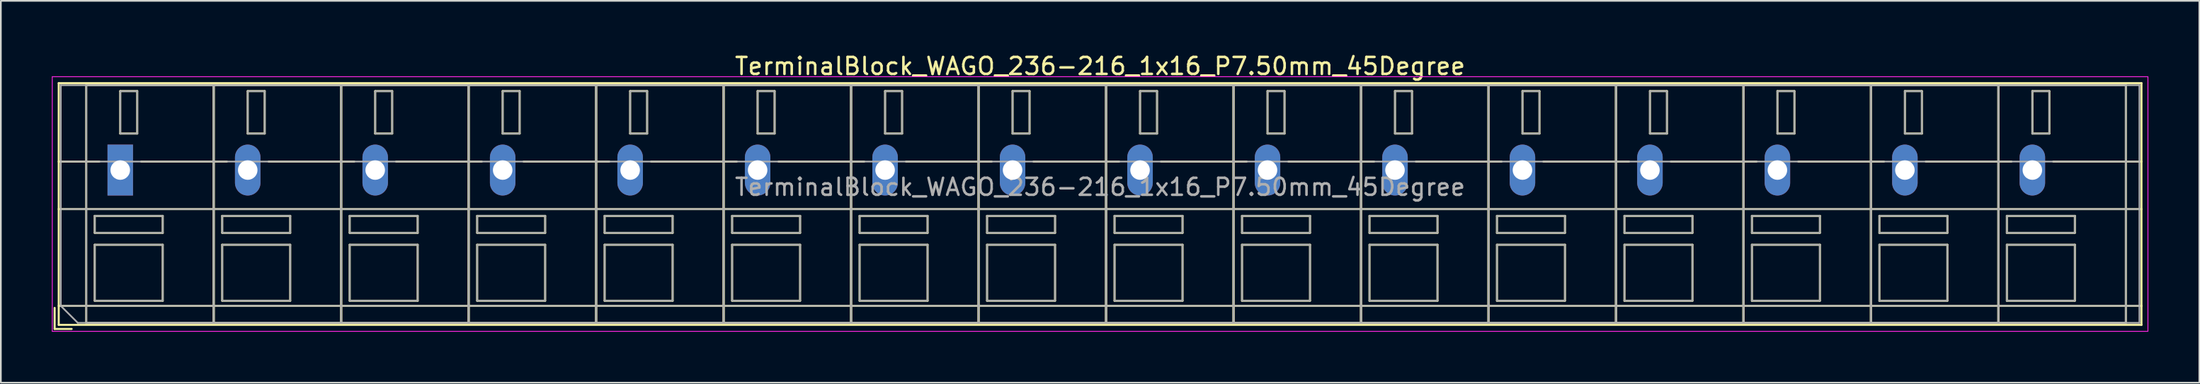
<source format=kicad_pcb>
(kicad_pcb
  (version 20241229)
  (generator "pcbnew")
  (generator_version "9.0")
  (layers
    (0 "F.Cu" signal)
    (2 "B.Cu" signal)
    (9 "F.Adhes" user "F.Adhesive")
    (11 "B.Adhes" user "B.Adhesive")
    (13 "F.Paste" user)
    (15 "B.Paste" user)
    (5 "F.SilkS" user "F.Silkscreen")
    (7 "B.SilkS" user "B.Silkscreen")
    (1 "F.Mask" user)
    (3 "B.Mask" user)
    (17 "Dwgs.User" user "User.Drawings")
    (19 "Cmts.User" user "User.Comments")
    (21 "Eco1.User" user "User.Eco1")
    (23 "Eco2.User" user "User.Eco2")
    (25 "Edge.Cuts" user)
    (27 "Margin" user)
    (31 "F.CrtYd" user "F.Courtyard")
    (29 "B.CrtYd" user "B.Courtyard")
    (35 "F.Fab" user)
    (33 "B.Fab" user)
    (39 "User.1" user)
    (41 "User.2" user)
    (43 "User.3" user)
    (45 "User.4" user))
  (footprint "TerminalBlock_WAGO_236-216_1x16_P7.50mm_45Degree"
    (layer "F.Cu")
    (at 4.025 6.968)
    (property "Reference" "TerminalBlock_WAGO_236-216_1x16_P7.50mm_45Degree" (at 57.65 -6.12 0) (layer "F.SilkS") (effects (font (size 1 1) (thickness 0.15))))
    (attr through_hole)
    (fp_line (start -3.86 8.12) (end -3.86 9.36) (stroke (width 0.12) (type solid)) (layer "F.SilkS"))
    (fp_line (start -3.86 9.36) (end -2.86 9.36) (stroke (width 0.12) (type solid)) (layer "F.SilkS"))
    (fp_line (start -3.62 -5.12) (end -3.62 9.12) (stroke (width 0.12) (type solid)) (layer "F.SilkS"))
    (fp_line (start -3.62 -5.12) (end 118.92 -5.12) (stroke (width 0.12) (type solid)) (layer "F.SilkS"))
    (fp_line (start -3.62 -0.5) (end -1.23 -0.5) (stroke (width 0.12) (type solid)) (layer "F.SilkS"))
    (fp_line (start -3.62 2.3) (end 118.92 2.3) (stroke (width 0.12) (type solid)) (layer "F.SilkS"))
    (fp_line (start -3.62 8) (end 118.92 8) (stroke (width 0.12) (type solid)) (layer "F.SilkS"))
    (fp_line (start -3.62 9.12) (end 118.92 9.12) (stroke (width 0.12) (type solid)) (layer "F.SilkS"))
    (fp_line (start -2 -5) (end -2 9) (stroke (width 0.12) (type solid)) (layer "F.SilkS"))
    (fp_line (start -2 -5) (end 5.5 -5) (stroke (width 0.12) (type solid)) (layer "F.SilkS"))
    (fp_line (start -2 9) (end 5.5 9) (stroke (width 0.12) (type solid)) (layer "F.SilkS"))
    (fp_line (start -1.5 2.7) (end -1.5 3.7) (stroke (width 0.12) (type solid)) (layer "F.SilkS"))
    (fp_line (start -1.5 2.7) (end 2.5 2.7) (stroke (width 0.12) (type solid)) (layer "F.SilkS"))
    (fp_line (start -1.5 3.7) (end 2.5 3.7) (stroke (width 0.12) (type solid)) (layer "F.SilkS"))
    (fp_line (start -1.5 4.4) (end -1.5 7.7) (stroke (width 0.12) (type solid)) (layer "F.SilkS"))
    (fp_line (start -1.5 4.4) (end 2.5 4.4) (stroke (width 0.12) (type solid)) (layer "F.SilkS"))
    (fp_line (start -1.5 7.7) (end 2.5 7.7) (stroke (width 0.12) (type solid)) (layer "F.SilkS"))
    (fp_line (start 0 -4.65) (end 0 -2.151) (stroke (width 0.12) (type solid)) (layer "F.SilkS"))
    (fp_line (start 0 -4.65) (end 1 -4.65) (stroke (width 0.12) (type solid)) (layer "F.SilkS"))
    (fp_line (start 0 -2.151) (end 1 -2.151) (stroke (width 0.12) (type solid)) (layer "F.SilkS"))
    (fp_line (start 1 -4.65) (end 1 -2.151) (stroke (width 0.12) (type solid)) (layer "F.SilkS"))
    (fp_line (start 1.23 -0.5) (end 6.27 -0.5) (stroke (width 0.12) (type solid)) (layer "F.SilkS"))
    (fp_line (start 2.5 2.7) (end 2.5 3.7) (stroke (width 0.12) (type solid)) (layer "F.SilkS"))
    (fp_line (start 2.5 4.4) (end 2.5 7.7) (stroke (width 0.12) (type solid)) (layer "F.SilkS"))
    (fp_line (start 5.5 -5) (end 5.5 9) (stroke (width 0.12) (type solid)) (layer "F.SilkS"))
    (fp_line (start 5.5 -5) (end 5.5 9) (stroke (width 0.12) (type solid)) (layer "F.SilkS"))
    (fp_line (start 5.5 -5) (end 13 -5) (stroke (width 0.12) (type solid)) (layer "F.SilkS"))
    (fp_line (start 5.5 9) (end 13 9) (stroke (width 0.12) (type solid)) (layer "F.SilkS"))
    (fp_line (start 6 2.7) (end 6 3.7) (stroke (width 0.12) (type solid)) (layer "F.SilkS"))
    (fp_line (start 6 2.7) (end 10 2.7) (stroke (width 0.12) (type solid)) (layer "F.SilkS"))
    (fp_line (start 6 3.7) (end 10 3.7) (stroke (width 0.12) (type solid)) (layer "F.SilkS"))
    (fp_line (start 6 4.4) (end 6 7.7) (stroke (width 0.12) (type solid)) (layer "F.SilkS"))
    (fp_line (start 6 4.4) (end 10 4.4) (stroke (width 0.12) (type solid)) (layer "F.SilkS"))
    (fp_line (start 6 7.7) (end 10 7.7) (stroke (width 0.12) (type solid)) (layer "F.SilkS"))
    (fp_line (start 7.5 -4.65) (end 7.5 -2.151) (stroke (width 0.12) (type solid)) (layer "F.SilkS"))
    (fp_line (start 7.5 -4.65) (end 8.5 -4.65) (stroke (width 0.12) (type solid)) (layer "F.SilkS"))
    (fp_line (start 7.5 -2.151) (end 8.5 -2.151) (stroke (width 0.12) (type solid)) (layer "F.SilkS"))
    (fp_line (start 8.5 -4.65) (end 8.5 -2.151) (stroke (width 0.12) (type solid)) (layer "F.SilkS"))
    (fp_line (start 8.73 -0.5) (end 13.77 -0.5) (stroke (width 0.12) (type solid)) (layer "F.SilkS"))
    (fp_line (start 10 2.7) (end 10 3.7) (stroke (width 0.12) (type solid)) (layer "F.SilkS"))
    (fp_line (start 10 4.4) (end 10 7.7) (stroke (width 0.12) (type solid)) (layer "F.SilkS"))
    (fp_line (start 13 -5) (end 13 9) (stroke (width 0.12) (type solid)) (layer "F.SilkS"))
    (fp_line (start 13 -5) (end 13 9) (stroke (width 0.12) (type solid)) (layer "F.SilkS"))
    (fp_line (start 13 -5) (end 20.5 -5) (stroke (width 0.12) (type solid)) (layer "F.SilkS"))
    (fp_line (start 13 9) (end 20.5 9) (stroke (width 0.12) (type solid)) (layer "F.SilkS"))
    (fp_line (start 13.5 2.7) (end 13.5 3.7) (stroke (width 0.12) (type solid)) (layer "F.SilkS"))
    (fp_line (start 13.5 2.7) (end 17.5 2.7) (stroke (width 0.12) (type solid)) (layer "F.SilkS"))
    (fp_line (start 13.5 3.7) (end 17.5 3.7) (stroke (width 0.12) (type solid)) (layer "F.SilkS"))
    (fp_line (start 13.5 4.4) (end 13.5 7.7) (stroke (width 0.12) (type solid)) (layer "F.SilkS"))
    (fp_line (start 13.5 4.4) (end 17.5 4.4) (stroke (width 0.12) (type solid)) (layer "F.SilkS"))
    (fp_line (start 13.5 7.7) (end 17.5 7.7) (stroke (width 0.12) (type solid)) (layer "F.SilkS"))
    (fp_line (start 15 -4.65) (end 15 -2.151) (stroke (width 0.12) (type solid)) (layer "F.SilkS"))
    (fp_line (start 15 -4.65) (end 16 -4.65) (stroke (width 0.12) (type solid)) (layer "F.SilkS"))
    (fp_line (start 15 -2.151) (end 16 -2.151) (stroke (width 0.12) (type solid)) (layer "F.SilkS"))
    (fp_line (start 16 -4.65) (end 16 -2.151) (stroke (width 0.12) (type solid)) (layer "F.SilkS"))
    (fp_line (start 16.23 -0.5) (end 21.27 -0.5) (stroke (width 0.12) (type solid)) (layer "F.SilkS"))
    (fp_line (start 17.5 2.7) (end 17.5 3.7) (stroke (width 0.12) (type solid)) (layer "F.SilkS"))
    (fp_line (start 17.5 4.4) (end 17.5 7.7) (stroke (width 0.12) (type solid)) (layer "F.SilkS"))
    (fp_line (start 20.5 -5) (end 20.5 9) (stroke (width 0.12) (type solid)) (layer "F.SilkS"))
    (fp_line (start 20.5 -5) (end 20.5 9) (stroke (width 0.12) (type solid)) (layer "F.SilkS"))
    (fp_line (start 20.5 -5) (end 28 -5) (stroke (width 0.12) (type solid)) (layer "F.SilkS"))
    (fp_line (start 20.5 9) (end 28 9) (stroke (width 0.12) (type solid)) (layer "F.SilkS"))
    (fp_line (start 21 2.7) (end 21 3.7) (stroke (width 0.12) (type solid)) (layer "F.SilkS"))
    (fp_line (start 21 2.7) (end 25 2.7) (stroke (width 0.12) (type solid)) (layer "F.SilkS"))
    (fp_line (start 21 3.7) (end 25 3.7) (stroke (width 0.12) (type solid)) (layer "F.SilkS"))
    (fp_line (start 21 4.4) (end 21 7.7) (stroke (width 0.12) (type solid)) (layer "F.SilkS"))
    (fp_line (start 21 4.4) (end 25 4.4) (stroke (width 0.12) (type solid)) (layer "F.SilkS"))
    (fp_line (start 21 7.7) (end 25 7.7) (stroke (width 0.12) (type solid)) (layer "F.SilkS"))
    (fp_line (start 22.5 -4.65) (end 22.5 -2.151) (stroke (width 0.12) (type solid)) (layer "F.SilkS"))
    (fp_line (start 22.5 -4.65) (end 23.5 -4.65) (stroke (width 0.12) (type solid)) (layer "F.SilkS"))
    (fp_line (start 22.5 -2.151) (end 23.5 -2.151) (stroke (width 0.12) (type solid)) (layer "F.SilkS"))
    (fp_line (start 23.5 -4.65) (end 23.5 -2.151) (stroke (width 0.12) (type solid)) (layer "F.SilkS"))
    (fp_line (start 23.73 -0.5) (end 28.77 -0.5) (stroke (width 0.12) (type solid)) (layer "F.SilkS"))
    (fp_line (start 25 2.7) (end 25 3.7) (stroke (width 0.12) (type solid)) (layer "F.SilkS"))
    (fp_line (start 25 4.4) (end 25 7.7) (stroke (width 0.12) (type solid)) (layer "F.SilkS"))
    (fp_line (start 28 -5) (end 28 9) (stroke (width 0.12) (type solid)) (layer "F.SilkS"))
    (fp_line (start 28 -5) (end 28 9) (stroke (width 0.12) (type solid)) (layer "F.SilkS"))
    (fp_line (start 28 -5) (end 35.5 -5) (stroke (width 0.12) (type solid)) (layer "F.SilkS"))
    (fp_line (start 28 9) (end 35.5 9) (stroke (width 0.12) (type solid)) (layer "F.SilkS"))
    (fp_line (start 28.5 2.7) (end 28.5 3.7) (stroke (width 0.12) (type solid)) (layer "F.SilkS"))
    (fp_line (start 28.5 2.7) (end 32.5 2.7) (stroke (width 0.12) (type solid)) (layer "F.SilkS"))
    (fp_line (start 28.5 3.7) (end 32.5 3.7) (stroke (width 0.12) (type solid)) (layer "F.SilkS"))
    (fp_line (start 28.5 4.4) (end 28.5 7.7) (stroke (width 0.12) (type solid)) (layer "F.SilkS"))
    (fp_line (start 28.5 4.4) (end 32.5 4.4) (stroke (width 0.12) (type solid)) (layer "F.SilkS"))
    (fp_line (start 28.5 7.7) (end 32.5 7.7) (stroke (width 0.12) (type solid)) (layer "F.SilkS"))
    (fp_line (start 30 -4.65) (end 30 -2.151) (stroke (width 0.12) (type solid)) (layer "F.SilkS"))
    (fp_line (start 30 -4.65) (end 31 -4.65) (stroke (width 0.12) (type solid)) (layer "F.SilkS"))
    (fp_line (start 30 -2.151) (end 31 -2.151) (stroke (width 0.12) (type solid)) (layer "F.SilkS"))
    (fp_line (start 31 -4.65) (end 31 -2.151) (stroke (width 0.12) (type solid)) (layer "F.SilkS"))
    (fp_line (start 31.23 -0.5) (end 36.27 -0.5) (stroke (width 0.12) (type solid)) (layer "F.SilkS"))
    (fp_line (start 32.5 2.7) (end 32.5 3.7) (stroke (width 0.12) (type solid)) (layer "F.SilkS"))
    (fp_line (start 32.5 4.4) (end 32.5 7.7) (stroke (width 0.12) (type solid)) (layer "F.SilkS"))
    (fp_line (start 35.5 -5) (end 35.5 9) (stroke (width 0.12) (type solid)) (layer "F.SilkS"))
    (fp_line (start 35.5 -5) (end 35.5 9) (stroke (width 0.12) (type solid)) (layer "F.SilkS"))
    (fp_line (start 35.5 -5) (end 43 -5) (stroke (width 0.12) (type solid)) (layer "F.SilkS"))
    (fp_line (start 35.5 9) (end 43 9) (stroke (width 0.12) (type solid)) (layer "F.SilkS"))
    (fp_line (start 36 2.7) (end 36 3.7) (stroke (width 0.12) (type solid)) (layer "F.SilkS"))
    (fp_line (start 36 2.7) (end 40 2.7) (stroke (width 0.12) (type solid)) (layer "F.SilkS"))
    (fp_line (start 36 3.7) (end 40 3.7) (stroke (width 0.12) (type solid)) (layer "F.SilkS"))
    (fp_line (start 36 4.4) (end 36 7.7) (stroke (width 0.12) (type solid)) (layer "F.SilkS"))
    (fp_line (start 36 4.4) (end 40 4.4) (stroke (width 0.12) (type solid)) (layer "F.SilkS"))
    (fp_line (start 36 7.7) (end 40 7.7) (stroke (width 0.12) (type solid)) (layer "F.SilkS"))
    (fp_line (start 37.5 -4.65) (end 37.5 -2.151) (stroke (width 0.12) (type solid)) (layer "F.SilkS"))
    (fp_line (start 37.5 -4.65) (end 38.5 -4.65) (stroke (width 0.12) (type solid)) (layer "F.SilkS"))
    (fp_line (start 37.5 -2.151) (end 38.5 -2.151) (stroke (width 0.12) (type solid)) (layer "F.SilkS"))
    (fp_line (start 38.5 -4.65) (end 38.5 -2.151) (stroke (width 0.12) (type solid)) (layer "F.SilkS"))
    (fp_line (start 38.73 -0.5) (end 43.77 -0.5) (stroke (width 0.12) (type solid)) (layer "F.SilkS"))
    (fp_line (start 40 2.7) (end 40 3.7) (stroke (width 0.12) (type solid)) (layer "F.SilkS"))
    (fp_line (start 40 4.4) (end 40 7.7) (stroke (width 0.12) (type solid)) (layer "F.SilkS"))
    (fp_line (start 43 -5) (end 43 9) (stroke (width 0.12) (type solid)) (layer "F.SilkS"))
    (fp_line (start 43 -5) (end 43 9) (stroke (width 0.12) (type solid)) (layer "F.SilkS"))
    (fp_line (start 43 -5) (end 50.5 -5) (stroke (width 0.12) (type solid)) (layer "F.SilkS"))
    (fp_line (start 43 9) (end 50.5 9) (stroke (width 0.12) (type solid)) (layer "F.SilkS"))
    (fp_line (start 43.5 2.7) (end 43.5 3.7) (stroke (width 0.12) (type solid)) (layer "F.SilkS"))
    (fp_line (start 43.5 2.7) (end 47.5 2.7) (stroke (width 0.12) (type solid)) (layer "F.SilkS"))
    (fp_line (start 43.5 3.7) (end 47.5 3.7) (stroke (width 0.12) (type solid)) (layer "F.SilkS"))
    (fp_line (start 43.5 4.4) (end 43.5 7.7) (stroke (width 0.12) (type solid)) (layer "F.SilkS"))
    (fp_line (start 43.5 4.4) (end 47.5 4.4) (stroke (width 0.12) (type solid)) (layer "F.SilkS"))
    (fp_line (start 43.5 7.7) (end 47.5 7.7) (stroke (width 0.12) (type solid)) (layer "F.SilkS"))
    (fp_line (start 45 -4.65) (end 45 -2.151) (stroke (width 0.12) (type solid)) (layer "F.SilkS"))
    (fp_line (start 45 -4.65) (end 46 -4.65) (stroke (width 0.12) (type solid)) (layer "F.SilkS"))
    (fp_line (start 45 -2.151) (end 46 -2.151) (stroke (width 0.12) (type solid)) (layer "F.SilkS"))
    (fp_line (start 46 -4.65) (end 46 -2.151) (stroke (width 0.12) (type solid)) (layer "F.SilkS"))
    (fp_line (start 46.23 -0.5) (end 51.27 -0.5) (stroke (width 0.12) (type solid)) (layer "F.SilkS"))
    (fp_line (start 47.5 2.7) (end 47.5 3.7) (stroke (width 0.12) (type solid)) (layer "F.SilkS"))
    (fp_line (start 47.5 4.4) (end 47.5 7.7) (stroke (width 0.12) (type solid)) (layer "F.SilkS"))
    (fp_line (start 50.5 -5) (end 50.5 9) (stroke (width 0.12) (type solid)) (layer "F.SilkS"))
    (fp_line (start 50.5 -5) (end 50.5 9) (stroke (width 0.12) (type solid)) (layer "F.SilkS"))
    (fp_line (start 50.5 -5) (end 58 -5) (stroke (width 0.12) (type solid)) (layer "F.SilkS"))
    (fp_line (start 50.5 9) (end 58 9) (stroke (width 0.12) (type solid)) (layer "F.SilkS"))
    (fp_line (start 51 2.7) (end 51 3.7) (stroke (width 0.12) (type solid)) (layer "F.SilkS"))
    (fp_line (start 51 2.7) (end 55 2.7) (stroke (width 0.12) (type solid)) (layer "F.SilkS"))
    (fp_line (start 51 3.7) (end 55 3.7) (stroke (width 0.12) (type solid)) (layer "F.SilkS"))
    (fp_line (start 51 4.4) (end 51 7.7) (stroke (width 0.12) (type solid)) (layer "F.SilkS"))
    (fp_line (start 51 4.4) (end 55 4.4) (stroke (width 0.12) (type solid)) (layer "F.SilkS"))
    (fp_line (start 51 7.7) (end 55 7.7) (stroke (width 0.12) (type solid)) (layer "F.SilkS"))
    (fp_line (start 52.5 -4.65) (end 52.5 -2.151) (stroke (width 0.12) (type solid)) (layer "F.SilkS"))
    (fp_line (start 52.5 -4.65) (end 53.5 -4.65) (stroke (width 0.12) (type solid)) (layer "F.SilkS"))
    (fp_line (start 52.5 -2.151) (end 53.5 -2.151) (stroke (width 0.12) (type solid)) (layer "F.SilkS"))
    (fp_line (start 53.5 -4.65) (end 53.5 -2.151) (stroke (width 0.12) (type solid)) (layer "F.SilkS"))
    (fp_line (start 53.73 -0.5) (end 58.77 -0.5) (stroke (width 0.12) (type solid)) (layer "F.SilkS"))
    (fp_line (start 55 2.7) (end 55 3.7) (stroke (width 0.12) (type solid)) (layer "F.SilkS"))
    (fp_line (start 55 4.4) (end 55 7.7) (stroke (width 0.12) (type solid)) (layer "F.SilkS"))
    (fp_line (start 58 -5) (end 58 9) (stroke (width 0.12) (type solid)) (layer "F.SilkS"))
    (fp_line (start 58 -5) (end 58 9) (stroke (width 0.12) (type solid)) (layer "F.SilkS"))
    (fp_line (start 58 -5) (end 65.5 -5) (stroke (width 0.12) (type solid)) (layer "F.SilkS"))
    (fp_line (start 58 9) (end 65.5 9) (stroke (width 0.12) (type solid)) (layer "F.SilkS"))
    (fp_line (start 58.5 2.7) (end 58.5 3.7) (stroke (width 0.12) (type solid)) (layer "F.SilkS"))
    (fp_line (start 58.5 2.7) (end 62.5 2.7) (stroke (width 0.12) (type solid)) (layer "F.SilkS"))
    (fp_line (start 58.5 3.7) (end 62.5 3.7) (stroke (width 0.12) (type solid)) (layer "F.SilkS"))
    (fp_line (start 58.5 4.4) (end 58.5 7.7) (stroke (width 0.12) (type solid)) (layer "F.SilkS"))
    (fp_line (start 58.5 4.4) (end 62.5 4.4) (stroke (width 0.12) (type solid)) (layer "F.SilkS"))
    (fp_line (start 58.5 7.7) (end 62.5 7.7) (stroke (width 0.12) (type solid)) (layer "F.SilkS"))
    (fp_line (start 60 -4.65) (end 60 -2.151) (stroke (width 0.12) (type solid)) (layer "F.SilkS"))
    (fp_line (start 60 -4.65) (end 61 -4.65) (stroke (width 0.12) (type solid)) (layer "F.SilkS"))
    (fp_line (start 60 -2.151) (end 61 -2.151) (stroke (width 0.12) (type solid)) (layer "F.SilkS"))
    (fp_line (start 61 -4.65) (end 61 -2.151) (stroke (width 0.12) (type solid)) (layer "F.SilkS"))
    (fp_line (start 61.23 -0.5) (end 66.27 -0.5) (stroke (width 0.12) (type solid)) (layer "F.SilkS"))
    (fp_line (start 62.5 2.7) (end 62.5 3.7) (stroke (width 0.12) (type solid)) (layer "F.SilkS"))
    (fp_line (start 62.5 4.4) (end 62.5 7.7) (stroke (width 0.12) (type solid)) (layer "F.SilkS"))
    (fp_line (start 65.5 -5) (end 65.5 9) (stroke (width 0.12) (type solid)) (layer "F.SilkS"))
    (fp_line (start 65.5 -5) (end 65.5 9) (stroke (width 0.12) (type solid)) (layer "F.SilkS"))
    (fp_line (start 65.5 -5) (end 73 -5) (stroke (width 0.12) (type solid)) (layer "F.SilkS"))
    (fp_line (start 65.5 9) (end 73 9) (stroke (width 0.12) (type solid)) (layer "F.SilkS"))
    (fp_line (start 66 2.7) (end 66 3.7) (stroke (width 0.12) (type solid)) (layer "F.SilkS"))
    (fp_line (start 66 2.7) (end 70 2.7) (stroke (width 0.12) (type solid)) (layer "F.SilkS"))
    (fp_line (start 66 3.7) (end 70 3.7) (stroke (width 0.12) (type solid)) (layer "F.SilkS"))
    (fp_line (start 66 4.4) (end 66 7.7) (stroke (width 0.12) (type solid)) (layer "F.SilkS"))
    (fp_line (start 66 4.4) (end 70 4.4) (stroke (width 0.12) (type solid)) (layer "F.SilkS"))
    (fp_line (start 66 7.7) (end 70 7.7) (stroke (width 0.12) (type solid)) (layer "F.SilkS"))
    (fp_line (start 67.5 -4.65) (end 67.5 -2.151) (stroke (width 0.12) (type solid)) (layer "F.SilkS"))
    (fp_line (start 67.5 -4.65) (end 68.5 -4.65) (stroke (width 0.12) (type solid)) (layer "F.SilkS"))
    (fp_line (start 67.5 -2.151) (end 68.5 -2.151) (stroke (width 0.12) (type solid)) (layer "F.SilkS"))
    (fp_line (start 68.5 -4.65) (end 68.5 -2.151) (stroke (width 0.12) (type solid)) (layer "F.SilkS"))
    (fp_line (start 68.73 -0.5) (end 73.77 -0.5) (stroke (width 0.12) (type solid)) (layer "F.SilkS"))
    (fp_line (start 70 2.7) (end 70 3.7) (stroke (width 0.12) (type solid)) (layer "F.SilkS"))
    (fp_line (start 70 4.4) (end 70 7.7) (stroke (width 0.12) (type solid)) (layer "F.SilkS"))
    (fp_line (start 73 -5) (end 73 9) (stroke (width 0.12) (type solid)) (layer "F.SilkS"))
    (fp_line (start 73 -5) (end 73 9) (stroke (width 0.12) (type solid)) (layer "F.SilkS"))
    (fp_line (start 73 -5) (end 80.5 -5) (stroke (width 0.12) (type solid)) (layer "F.SilkS"))
    (fp_line (start 73 9) (end 80.5 9) (stroke (width 0.12) (type solid)) (layer "F.SilkS"))
    (fp_line (start 73.5 2.7) (end 73.5 3.7) (stroke (width 0.12) (type solid)) (layer "F.SilkS"))
    (fp_line (start 73.5 2.7) (end 77.5 2.7) (stroke (width 0.12) (type solid)) (layer "F.SilkS"))
    (fp_line (start 73.5 3.7) (end 77.5 3.7) (stroke (width 0.12) (type solid)) (layer "F.SilkS"))
    (fp_line (start 73.5 4.4) (end 73.5 7.7) (stroke (width 0.12) (type solid)) (layer "F.SilkS"))
    (fp_line (start 73.5 4.4) (end 77.5 4.4) (stroke (width 0.12) (type solid)) (layer "F.SilkS"))
    (fp_line (start 73.5 7.7) (end 77.5 7.7) (stroke (width 0.12) (type solid)) (layer "F.SilkS"))
    (fp_line (start 75 -4.65) (end 75 -2.151) (stroke (width 0.12) (type solid)) (layer "F.SilkS"))
    (fp_line (start 75 -4.65) (end 76 -4.65) (stroke (width 0.12) (type solid)) (layer "F.SilkS"))
    (fp_line (start 75 -2.151) (end 76 -2.151) (stroke (width 0.12) (type solid)) (layer "F.SilkS"))
    (fp_line (start 76 -4.65) (end 76 -2.151) (stroke (width 0.12) (type solid)) (layer "F.SilkS"))
    (fp_line (start 76.23 -0.5) (end 81.27 -0.5) (stroke (width 0.12) (type solid)) (layer "F.SilkS"))
    (fp_line (start 77.5 2.7) (end 77.5 3.7) (stroke (width 0.12) (type solid)) (layer "F.SilkS"))
    (fp_line (start 77.5 4.4) (end 77.5 7.7) (stroke (width 0.12) (type solid)) (layer "F.SilkS"))
    (fp_line (start 80.5 -5) (end 80.5 9) (stroke (width 0.12) (type solid)) (layer "F.SilkS"))
    (fp_line (start 80.5 -5) (end 80.5 9) (stroke (width 0.12) (type solid)) (layer "F.SilkS"))
    (fp_line (start 80.5 -5) (end 88 -5) (stroke (width 0.12) (type solid)) (layer "F.SilkS"))
    (fp_line (start 80.5 9) (end 88 9) (stroke (width 0.12) (type solid)) (layer "F.SilkS"))
    (fp_line (start 81 2.7) (end 81 3.7) (stroke (width 0.12) (type solid)) (layer "F.SilkS"))
    (fp_line (start 81 2.7) (end 85 2.7) (stroke (width 0.12) (type solid)) (layer "F.SilkS"))
    (fp_line (start 81 3.7) (end 85 3.7) (stroke (width 0.12) (type solid)) (layer "F.SilkS"))
    (fp_line (start 81 4.4) (end 81 7.7) (stroke (width 0.12) (type solid)) (layer "F.SilkS"))
    (fp_line (start 81 4.4) (end 85 4.4) (stroke (width 0.12) (type solid)) (layer "F.SilkS"))
    (fp_line (start 81 7.7) (end 85 7.7) (stroke (width 0.12) (type solid)) (layer "F.SilkS"))
    (fp_line (start 82.5 -4.65) (end 82.5 -2.151) (stroke (width 0.12) (type solid)) (layer "F.SilkS"))
    (fp_line (start 82.5 -4.65) (end 83.5 -4.65) (stroke (width 0.12) (type solid)) (layer "F.SilkS"))
    (fp_line (start 82.5 -2.151) (end 83.5 -2.151) (stroke (width 0.12) (type solid)) (layer "F.SilkS"))
    (fp_line (start 83.5 -4.65) (end 83.5 -2.151) (stroke (width 0.12) (type solid)) (layer "F.SilkS"))
    (fp_line (start 83.73 -0.5) (end 88.77 -0.5) (stroke (width 0.12) (type solid)) (layer "F.SilkS"))
    (fp_line (start 85 2.7) (end 85 3.7) (stroke (width 0.12) (type solid)) (layer "F.SilkS"))
    (fp_line (start 85 4.4) (end 85 7.7) (stroke (width 0.12) (type solid)) (layer "F.SilkS"))
    (fp_line (start 88 -5) (end 88 9) (stroke (width 0.12) (type solid)) (layer "F.SilkS"))
    (fp_line (start 88 -5) (end 88 9) (stroke (width 0.12) (type solid)) (layer "F.SilkS"))
    (fp_line (start 88 -5) (end 95.5 -5) (stroke (width 0.12) (type solid)) (layer "F.SilkS"))
    (fp_line (start 88 9) (end 95.5 9) (stroke (width 0.12) (type solid)) (layer "F.SilkS"))
    (fp_line (start 88.5 2.7) (end 88.5 3.7) (stroke (width 0.12) (type solid)) (layer "F.SilkS"))
    (fp_line (start 88.5 2.7) (end 92.5 2.7) (stroke (width 0.12) (type solid)) (layer "F.SilkS"))
    (fp_line (start 88.5 3.7) (end 92.5 3.7) (stroke (width 0.12) (type solid)) (layer "F.SilkS"))
    (fp_line (start 88.5 4.4) (end 88.5 7.7) (stroke (width 0.12) (type solid)) (layer "F.SilkS"))
    (fp_line (start 88.5 4.4) (end 92.5 4.4) (stroke (width 0.12) (type solid)) (layer "F.SilkS"))
    (fp_line (start 88.5 7.7) (end 92.5 7.7) (stroke (width 0.12) (type solid)) (layer "F.SilkS"))
    (fp_line (start 90 -4.65) (end 90 -2.151) (stroke (width 0.12) (type solid)) (layer "F.SilkS"))
    (fp_line (start 90 -4.65) (end 91 -4.65) (stroke (width 0.12) (type solid)) (layer "F.SilkS"))
    (fp_line (start 90 -2.151) (end 91 -2.151) (stroke (width 0.12) (type solid)) (layer "F.SilkS"))
    (fp_line (start 91 -4.65) (end 91 -2.151) (stroke (width 0.12) (type solid)) (layer "F.SilkS"))
    (fp_line (start 91.23 -0.5) (end 96.27 -0.5) (stroke (width 0.12) (type solid)) (layer "F.SilkS"))
    (fp_line (start 92.5 2.7) (end 92.5 3.7) (stroke (width 0.12) (type solid)) (layer "F.SilkS"))
    (fp_line (start 92.5 4.4) (end 92.5 7.7) (stroke (width 0.12) (type solid)) (layer "F.SilkS"))
    (fp_line (start 95.5 -5) (end 95.5 9) (stroke (width 0.12) (type solid)) (layer "F.SilkS"))
    (fp_line (start 95.5 -5) (end 95.5 9) (stroke (width 0.12) (type solid)) (layer "F.SilkS"))
    (fp_line (start 95.5 -5) (end 103 -5) (stroke (width 0.12) (type solid)) (layer "F.SilkS"))
    (fp_line (start 95.5 9) (end 103 9) (stroke (width 0.12) (type solid)) (layer "F.SilkS"))
    (fp_line (start 96 2.7) (end 96 3.7) (stroke (width 0.12) (type solid)) (layer "F.SilkS"))
    (fp_line (start 96 2.7) (end 100 2.7) (stroke (width 0.12) (type solid)) (layer "F.SilkS"))
    (fp_line (start 96 3.7) (end 100 3.7) (stroke (width 0.12) (type solid)) (layer "F.SilkS"))
    (fp_line (start 96 4.4) (end 96 7.7) (stroke (width 0.12) (type solid)) (layer "F.SilkS"))
    (fp_line (start 96 4.4) (end 100 4.4) (stroke (width 0.12) (type solid)) (layer "F.SilkS"))
    (fp_line (start 96 7.7) (end 100 7.7) (stroke (width 0.12) (type solid)) (layer "F.SilkS"))
    (fp_line (start 97.5 -4.65) (end 97.5 -2.151) (stroke (width 0.12) (type solid)) (layer "F.SilkS"))
    (fp_line (start 97.5 -4.65) (end 98.5 -4.65) (stroke (width 0.12) (type solid)) (layer "F.SilkS"))
    (fp_line (start 97.5 -2.151) (end 98.5 -2.151) (stroke (width 0.12) (type solid)) (layer "F.SilkS"))
    (fp_line (start 98.5 -4.65) (end 98.5 -2.151) (stroke (width 0.12) (type solid)) (layer "F.SilkS"))
    (fp_line (start 98.73 -0.5) (end 103.77 -0.5) (stroke (width 0.12) (type solid)) (layer "F.SilkS"))
    (fp_line (start 100 2.7) (end 100 3.7) (stroke (width 0.12) (type solid)) (layer "F.SilkS"))
    (fp_line (start 100 4.4) (end 100 7.7) (stroke (width 0.12) (type solid)) (layer "F.SilkS"))
    (fp_line (start 103 -5) (end 103 9) (stroke (width 0.12) (type solid)) (layer "F.SilkS"))
    (fp_line (start 103 -5) (end 103 9) (stroke (width 0.12) (type solid)) (layer "F.SilkS"))
    (fp_line (start 103 -5) (end 110.5 -5) (stroke (width 0.12) (type solid)) (layer "F.SilkS"))
    (fp_line (start 103 9) (end 110.5 9) (stroke (width 0.12) (type solid)) (layer "F.SilkS"))
    (fp_line (start 103.5 2.7) (end 103.5 3.7) (stroke (width 0.12) (type solid)) (layer "F.SilkS"))
    (fp_line (start 103.5 2.7) (end 107.5 2.7) (stroke (width 0.12) (type solid)) (layer "F.SilkS"))
    (fp_line (start 103.5 3.7) (end 107.5 3.7) (stroke (width 0.12) (type solid)) (layer "F.SilkS"))
    (fp_line (start 103.5 4.4) (end 103.5 7.7) (stroke (width 0.12) (type solid)) (layer "F.SilkS"))
    (fp_line (start 103.5 4.4) (end 107.5 4.4) (stroke (width 0.12) (type solid)) (layer "F.SilkS"))
    (fp_line (start 103.5 7.7) (end 107.5 7.7) (stroke (width 0.12) (type solid)) (layer "F.SilkS"))
    (fp_line (start 105 -4.65) (end 105 -2.151) (stroke (width 0.12) (type solid)) (layer "F.SilkS"))
    (fp_line (start 105 -4.65) (end 106 -4.65) (stroke (width 0.12) (type solid)) (layer "F.SilkS"))
    (fp_line (start 105 -2.151) (end 106 -2.151) (stroke (width 0.12) (type solid)) (layer "F.SilkS"))
    (fp_line (start 106 -4.65) (end 106 -2.151) (stroke (width 0.12) (type solid)) (layer "F.SilkS"))
    (fp_line (start 106.23 -0.5) (end 111.27 -0.5) (stroke (width 0.12) (type solid)) (layer "F.SilkS"))
    (fp_line (start 107.5 2.7) (end 107.5 3.7) (stroke (width 0.12) (type solid)) (layer "F.SilkS"))
    (fp_line (start 107.5 4.4) (end 107.5 7.7) (stroke (width 0.12) (type solid)) (layer "F.SilkS"))
    (fp_line (start 110.5 -5) (end 110.5 9) (stroke (width 0.12) (type solid)) (layer "F.SilkS"))
    (fp_line (start 110.5 -5) (end 110.5 9) (stroke (width 0.12) (type solid)) (layer "F.SilkS"))
    (fp_line (start 110.5 -5) (end 118 -5) (stroke (width 0.12) (type solid)) (layer "F.SilkS"))
    (fp_line (start 110.5 9) (end 118 9) (stroke (width 0.12) (type solid)) (layer "F.SilkS"))
    (fp_line (start 111 2.7) (end 111 3.7) (stroke (width 0.12) (type solid)) (layer "F.SilkS"))
    (fp_line (start 111 2.7) (end 115 2.7) (stroke (width 0.12) (type solid)) (layer "F.SilkS"))
    (fp_line (start 111 3.7) (end 115 3.7) (stroke (width 0.12) (type solid)) (layer "F.SilkS"))
    (fp_line (start 111 4.4) (end 111 7.7) (stroke (width 0.12) (type solid)) (layer "F.SilkS"))
    (fp_line (start 111 4.4) (end 115 4.4) (stroke (width 0.12) (type solid)) (layer "F.SilkS"))
    (fp_line (start 111 7.7) (end 115 7.7) (stroke (width 0.12) (type solid)) (layer "F.SilkS"))
    (fp_line (start 112.5 -4.65) (end 112.5 -2.151) (stroke (width 0.12) (type solid)) (layer "F.SilkS"))
    (fp_line (start 112.5 -4.65) (end 113.5 -4.65) (stroke (width 0.12) (type solid)) (layer "F.SilkS"))
    (fp_line (start 112.5 -2.151) (end 113.5 -2.151) (stroke (width 0.12) (type solid)) (layer "F.SilkS"))
    (fp_line (start 113.5 -4.65) (end 113.5 -2.151) (stroke (width 0.12) (type solid)) (layer "F.SilkS"))
    (fp_line (start 113.73 -0.5) (end 118.92 -0.5) (stroke (width 0.12) (type solid)) (layer "F.SilkS"))
    (fp_line (start 115 2.7) (end 115 3.7) (stroke (width 0.12) (type solid)) (layer "F.SilkS"))
    (fp_line (start 115 4.4) (end 115 7.7) (stroke (width 0.12) (type solid)) (layer "F.SilkS"))
    (fp_line (start 118 -5) (end 118 9) (stroke (width 0.12) (type solid)) (layer "F.SilkS"))
    (fp_line (start 118.92 -5.12) (end 118.92 9.12) (stroke (width 0.12) (type solid)) (layer "F.SilkS"))
    (fp_line (start -4 -5.5) (end -4 9.5) (stroke (width 0.05) (type solid)) (layer "F.CrtYd"))
    (fp_line (start -4 9.5) (end 119.3 9.5) (stroke (width 0.05) (type solid)) (layer "F.CrtYd"))
    (fp_line (start 119.3 -5.5) (end -4 -5.5) (stroke (width 0.05) (type solid)) (layer "F.CrtYd"))
    (fp_line (start 119.3 9.5) (end 119.3 -5.5) (stroke (width 0.05) (type solid)) (layer "F.CrtYd"))
    (fp_line (start -3.5 -5) (end 118.8 -5) (stroke (width 0.1) (type solid)) (layer "F.Fab"))
    (fp_line (start -3.5 -0.5) (end 118.8 -0.5) (stroke (width 0.1) (type solid)) (layer "F.Fab"))
    (fp_line (start -3.5 2.3) (end 118.8 2.3) (stroke (width 0.1) (type solid)) (layer "F.Fab"))
    (fp_line (start -3.5 8) (end -3.5 -5) (stroke (width 0.1) (type solid)) (layer "F.Fab"))
    (fp_line (start -3.5 8) (end 118.8 8) (stroke (width 0.1) (type solid)) (layer "F.Fab"))
    (fp_line (start -2.5 9) (end -3.5 8) (stroke (width 0.1) (type solid)) (layer "F.Fab"))
    (fp_line (start -2 -5) (end -2 9) (stroke (width 0.1) (type solid)) (layer "F.Fab"))
    (fp_line (start -2 9) (end 5.5 9) (stroke (width 0.1) (type solid)) (layer "F.Fab"))
    (fp_line (start -1.5 2.7) (end -1.5 3.7) (stroke (width 0.1) (type solid)) (layer "F.Fab"))
    (fp_line (start -1.5 3.7) (end 2.5 3.7) (stroke (width 0.1) (type solid)) (layer "F.Fab"))
    (fp_line (start -1.5 4.4) (end -1.5 7.7) (stroke (width 0.1) (type solid)) (layer "F.Fab"))
    (fp_line (start -1.5 7.7) (end 2.5 7.7) (stroke (width 0.1) (type solid)) (layer "F.Fab"))
    (fp_line (start 0 -4.65) (end 0 -2.15) (stroke (width 0.1) (type solid)) (layer "F.Fab"))
    (fp_line (start 0 -2.15) (end 1 -2.15) (stroke (width 0.1) (type solid)) (layer "F.Fab"))
    (fp_line (start 1 -4.65) (end 0 -4.65) (stroke (width 0.1) (type solid)) (layer "F.Fab"))
    (fp_line (start 1 -2.15) (end 1 -4.65) (stroke (width 0.1) (type solid)) (layer "F.Fab"))
    (fp_line (start 2.5 2.7) (end -1.5 2.7) (stroke (width 0.1) (type solid)) (layer "F.Fab"))
    (fp_line (start 2.5 3.7) (end 2.5 2.7) (stroke (width 0.1) (type solid)) (layer "F.Fab"))
    (fp_line (start 2.5 4.4) (end -1.5 4.4) (stroke (width 0.1) (type solid)) (layer "F.Fab"))
    (fp_line (start 2.5 7.7) (end 2.5 4.4) (stroke (width 0.1) (type solid)) (layer "F.Fab"))
    (fp_line (start 5.5 -5) (end -2 -5) (stroke (width 0.1) (type solid)) (layer "F.Fab"))
    (fp_line (start 5.5 -5) (end 5.5 9) (stroke (width 0.1) (type solid)) (layer "F.Fab"))
    (fp_line (start 5.5 9) (end 5.5 -5) (stroke (width 0.1) (type solid)) (layer "F.Fab"))
    (fp_line (start 5.5 9) (end 13 9) (stroke (width 0.1) (type solid)) (layer "F.Fab"))
    (fp_line (start 6 2.7) (end 6 3.7) (stroke (width 0.1) (type solid)) (layer "F.Fab"))
    (fp_line (start 6 3.7) (end 10 3.7) (stroke (width 0.1) (type solid)) (layer "F.Fab"))
    (fp_line (start 6 4.4) (end 6 7.7) (stroke (width 0.1) (type solid)) (layer "F.Fab"))
    (fp_line (start 6 7.7) (end 10 7.7) (stroke (width 0.1) (type solid)) (layer "F.Fab"))
    (fp_line (start 7.5 -4.65) (end 7.5 -2.15) (stroke (width 0.1) (type solid)) (layer "F.Fab"))
    (fp_line (start 7.5 -2.15) (end 8.5 -2.15) (stroke (width 0.1) (type solid)) (layer "F.Fab"))
    (fp_line (start 8.5 -4.65) (end 7.5 -4.65) (stroke (width 0.1) (type solid)) (layer "F.Fab"))
    (fp_line (start 8.5 -2.15) (end 8.5 -4.65) (stroke (width 0.1) (type solid)) (layer "F.Fab"))
    (fp_line (start 10 2.7) (end 6 2.7) (stroke (width 0.1) (type solid)) (layer "F.Fab"))
    (fp_line (start 10 3.7) (end 10 2.7) (stroke (width 0.1) (type solid)) (layer "F.Fab"))
    (fp_line (start 10 4.4) (end 6 4.4) (stroke (width 0.1) (type solid)) (layer "F.Fab"))
    (fp_line (start 10 7.7) (end 10 4.4) (stroke (width 0.1) (type solid)) (layer "F.Fab"))
    (fp_line (start 13 -5) (end 5.5 -5) (stroke (width 0.1) (type solid)) (layer "F.Fab"))
    (fp_line (start 13 -5) (end 13 9) (stroke (width 0.1) (type solid)) (layer "F.Fab"))
    (fp_line (start 13 9) (end 13 -5) (stroke (width 0.1) (type solid)) (layer "F.Fab"))
    (fp_line (start 13 9) (end 20.5 9) (stroke (width 0.1) (type solid)) (layer "F.Fab"))
    (fp_line (start 13.5 2.7) (end 13.5 3.7) (stroke (width 0.1) (type solid)) (layer "F.Fab"))
    (fp_line (start 13.5 3.7) (end 17.5 3.7) (stroke (width 0.1) (type solid)) (layer "F.Fab"))
    (fp_line (start 13.5 4.4) (end 13.5 7.7) (stroke (width 0.1) (type solid)) (layer "F.Fab"))
    (fp_line (start 13.5 7.7) (end 17.5 7.7) (stroke (width 0.1) (type solid)) (layer "F.Fab"))
    (fp_line (start 15 -4.65) (end 15 -2.15) (stroke (width 0.1) (type solid)) (layer "F.Fab"))
    (fp_line (start 15 -2.15) (end 16 -2.15) (stroke (width 0.1) (type solid)) (layer "F.Fab"))
    (fp_line (start 16 -4.65) (end 15 -4.65) (stroke (width 0.1) (type solid)) (layer "F.Fab"))
    (fp_line (start 16 -2.15) (end 16 -4.65) (stroke (width 0.1) (type solid)) (layer "F.Fab"))
    (fp_line (start 17.5 2.7) (end 13.5 2.7) (stroke (width 0.1) (type solid)) (layer "F.Fab"))
    (fp_line (start 17.5 3.7) (end 17.5 2.7) (stroke (width 0.1) (type solid)) (layer "F.Fab"))
    (fp_line (start 17.5 4.4) (end 13.5 4.4) (stroke (width 0.1) (type solid)) (layer "F.Fab"))
    (fp_line (start 17.5 7.7) (end 17.5 4.4) (stroke (width 0.1) (type solid)) (layer "F.Fab"))
    (fp_line (start 20.5 -5) (end 13 -5) (stroke (width 0.1) (type solid)) (layer "F.Fab"))
    (fp_line (start 20.5 -5) (end 20.5 9) (stroke (width 0.1) (type solid)) (layer "F.Fab"))
    (fp_line (start 20.5 9) (end 20.5 -5) (stroke (width 0.1) (type solid)) (layer "F.Fab"))
    (fp_line (start 20.5 9) (end 28 9) (stroke (width 0.1) (type solid)) (layer "F.Fab"))
    (fp_line (start 21 2.7) (end 21 3.7) (stroke (width 0.1) (type solid)) (layer "F.Fab"))
    (fp_line (start 21 3.7) (end 25 3.7) (stroke (width 0.1) (type solid)) (layer "F.Fab"))
    (fp_line (start 21 4.4) (end 21 7.7) (stroke (width 0.1) (type solid)) (layer "F.Fab"))
    (fp_line (start 21 7.7) (end 25 7.7) (stroke (width 0.1) (type solid)) (layer "F.Fab"))
    (fp_line (start 22.5 -4.65) (end 22.5 -2.15) (stroke (width 0.1) (type solid)) (layer "F.Fab"))
    (fp_line (start 22.5 -2.15) (end 23.5 -2.15) (stroke (width 0.1) (type solid)) (layer "F.Fab"))
    (fp_line (start 23.5 -4.65) (end 22.5 -4.65) (stroke (width 0.1) (type solid)) (layer "F.Fab"))
    (fp_line (start 23.5 -2.15) (end 23.5 -4.65) (stroke (width 0.1) (type solid)) (layer "F.Fab"))
    (fp_line (start 25 2.7) (end 21 2.7) (stroke (width 0.1) (type solid)) (layer "F.Fab"))
    (fp_line (start 25 3.7) (end 25 2.7) (stroke (width 0.1) (type solid)) (layer "F.Fab"))
    (fp_line (start 25 4.4) (end 21 4.4) (stroke (width 0.1) (type solid)) (layer "F.Fab"))
    (fp_line (start 25 7.7) (end 25 4.4) (stroke (width 0.1) (type solid)) (layer "F.Fab"))
    (fp_line (start 28 -5) (end 20.5 -5) (stroke (width 0.1) (type solid)) (layer "F.Fab"))
    (fp_line (start 28 -5) (end 28 9) (stroke (width 0.1) (type solid)) (layer "F.Fab"))
    (fp_line (start 28 9) (end 28 -5) (stroke (width 0.1) (type solid)) (layer "F.Fab"))
    (fp_line (start 28 9) (end 35.5 9) (stroke (width 0.1) (type solid)) (layer "F.Fab"))
    (fp_line (start 28.5 2.7) (end 28.5 3.7) (stroke (width 0.1) (type solid)) (layer "F.Fab"))
    (fp_line (start 28.5 3.7) (end 32.5 3.7) (stroke (width 0.1) (type solid)) (layer "F.Fab"))
    (fp_line (start 28.5 4.4) (end 28.5 7.7) (stroke (width 0.1) (type solid)) (layer "F.Fab"))
    (fp_line (start 28.5 7.7) (end 32.5 7.7) (stroke (width 0.1) (type solid)) (layer "F.Fab"))
    (fp_line (start 30 -4.65) (end 30 -2.15) (stroke (width 0.1) (type solid)) (layer "F.Fab"))
    (fp_line (start 30 -2.15) (end 31 -2.15) (stroke (width 0.1) (type solid)) (layer "F.Fab"))
    (fp_line (start 31 -4.65) (end 30 -4.65) (stroke (width 0.1) (type solid)) (layer "F.Fab"))
    (fp_line (start 31 -2.15) (end 31 -4.65) (stroke (width 0.1) (type solid)) (layer "F.Fab"))
    (fp_line (start 32.5 2.7) (end 28.5 2.7) (stroke (width 0.1) (type solid)) (layer "F.Fab"))
    (fp_line (start 32.5 3.7) (end 32.5 2.7) (stroke (width 0.1) (type solid)) (layer "F.Fab"))
    (fp_line (start 32.5 4.4) (end 28.5 4.4) (stroke (width 0.1) (type solid)) (layer "F.Fab"))
    (fp_line (start 32.5 7.7) (end 32.5 4.4) (stroke (width 0.1) (type solid)) (layer "F.Fab"))
    (fp_line (start 35.5 -5) (end 28 -5) (stroke (width 0.1) (type solid)) (layer "F.Fab"))
    (fp_line (start 35.5 -5) (end 35.5 9) (stroke (width 0.1) (type solid)) (layer "F.Fab"))
    (fp_line (start 35.5 9) (end 35.5 -5) (stroke (width 0.1) (type solid)) (layer "F.Fab"))
    (fp_line (start 35.5 9) (end 43 9) (stroke (width 0.1) (type solid)) (layer "F.Fab"))
    (fp_line (start 36 2.7) (end 36 3.7) (stroke (width 0.1) (type solid)) (layer "F.Fab"))
    (fp_line (start 36 3.7) (end 40 3.7) (stroke (width 0.1) (type solid)) (layer "F.Fab"))
    (fp_line (start 36 4.4) (end 36 7.7) (stroke (width 0.1) (type solid)) (layer "F.Fab"))
    (fp_line (start 36 7.7) (end 40 7.7) (stroke (width 0.1) (type solid)) (layer "F.Fab"))
    (fp_line (start 37.5 -4.65) (end 37.5 -2.15) (stroke (width 0.1) (type solid)) (layer "F.Fab"))
    (fp_line (start 37.5 -2.15) (end 38.5 -2.15) (stroke (width 0.1) (type solid)) (layer "F.Fab"))
    (fp_line (start 38.5 -4.65) (end 37.5 -4.65) (stroke (width 0.1) (type solid)) (layer "F.Fab"))
    (fp_line (start 38.5 -2.15) (end 38.5 -4.65) (stroke (width 0.1) (type solid)) (layer "F.Fab"))
    (fp_line (start 40 2.7) (end 36 2.7) (stroke (width 0.1) (type solid)) (layer "F.Fab"))
    (fp_line (start 40 3.7) (end 40 2.7) (stroke (width 0.1) (type solid)) (layer "F.Fab"))
    (fp_line (start 40 4.4) (end 36 4.4) (stroke (width 0.1) (type solid)) (layer "F.Fab"))
    (fp_line (start 40 7.7) (end 40 4.4) (stroke (width 0.1) (type solid)) (layer "F.Fab"))
    (fp_line (start 43 -5) (end 35.5 -5) (stroke (width 0.1) (type solid)) (layer "F.Fab"))
    (fp_line (start 43 -5) (end 43 9) (stroke (width 0.1) (type solid)) (layer "F.Fab"))
    (fp_line (start 43 9) (end 43 -5) (stroke (width 0.1) (type solid)) (layer "F.Fab"))
    (fp_line (start 43 9) (end 50.5 9) (stroke (width 0.1) (type solid)) (layer "F.Fab"))
    (fp_line (start 43.5 2.7) (end 43.5 3.7) (stroke (width 0.1) (type solid)) (layer "F.Fab"))
    (fp_line (start 43.5 3.7) (end 47.5 3.7) (stroke (width 0.1) (type solid)) (layer "F.Fab"))
    (fp_line (start 43.5 4.4) (end 43.5 7.7) (stroke (width 0.1) (type solid)) (layer "F.Fab"))
    (fp_line (start 43.5 7.7) (end 47.5 7.7) (stroke (width 0.1) (type solid)) (layer "F.Fab"))
    (fp_line (start 45 -4.65) (end 45 -2.15) (stroke (width 0.1) (type solid)) (layer "F.Fab"))
    (fp_line (start 45 -2.15) (end 46 -2.15) (stroke (width 0.1) (type solid)) (layer "F.Fab"))
    (fp_line (start 46 -4.65) (end 45 -4.65) (stroke (width 0.1) (type solid)) (layer "F.Fab"))
    (fp_line (start 46 -2.15) (end 46 -4.65) (stroke (width 0.1) (type solid)) (layer "F.Fab"))
    (fp_line (start 47.5 2.7) (end 43.5 2.7) (stroke (width 0.1) (type solid)) (layer "F.Fab"))
    (fp_line (start 47.5 3.7) (end 47.5 2.7) (stroke (width 0.1) (type solid)) (layer "F.Fab"))
    (fp_line (start 47.5 4.4) (end 43.5 4.4) (stroke (width 0.1) (type solid)) (layer "F.Fab"))
    (fp_line (start 47.5 7.7) (end 47.5 4.4) (stroke (width 0.1) (type solid)) (layer "F.Fab"))
    (fp_line (start 50.5 -5) (end 43 -5) (stroke (width 0.1) (type solid)) (layer "F.Fab"))
    (fp_line (start 50.5 -5) (end 50.5 9) (stroke (width 0.1) (type solid)) (layer "F.Fab"))
    (fp_line (start 50.5 9) (end 50.5 -5) (stroke (width 0.1) (type solid)) (layer "F.Fab"))
    (fp_line (start 50.5 9) (end 58 9) (stroke (width 0.1) (type solid)) (layer "F.Fab"))
    (fp_line (start 51 2.7) (end 51 3.7) (stroke (width 0.1) (type solid)) (layer "F.Fab"))
    (fp_line (start 51 3.7) (end 55 3.7) (stroke (width 0.1) (type solid)) (layer "F.Fab"))
    (fp_line (start 51 4.4) (end 51 7.7) (stroke (width 0.1) (type solid)) (layer "F.Fab"))
    (fp_line (start 51 7.7) (end 55 7.7) (stroke (width 0.1) (type solid)) (layer "F.Fab"))
    (fp_line (start 52.5 -4.65) (end 52.5 -2.15) (stroke (width 0.1) (type solid)) (layer "F.Fab"))
    (fp_line (start 52.5 -2.15) (end 53.5 -2.15) (stroke (width 0.1) (type solid)) (layer "F.Fab"))
    (fp_line (start 53.5 -4.65) (end 52.5 -4.65) (stroke (width 0.1) (type solid)) (layer "F.Fab"))
    (fp_line (start 53.5 -2.15) (end 53.5 -4.65) (stroke (width 0.1) (type solid)) (layer "F.Fab"))
    (fp_line (start 55 2.7) (end 51 2.7) (stroke (width 0.1) (type solid)) (layer "F.Fab"))
    (fp_line (start 55 3.7) (end 55 2.7) (stroke (width 0.1) (type solid)) (layer "F.Fab"))
    (fp_line (start 55 4.4) (end 51 4.4) (stroke (width 0.1) (type solid)) (layer "F.Fab"))
    (fp_line (start 55 7.7) (end 55 4.4) (stroke (width 0.1) (type solid)) (layer "F.Fab"))
    (fp_line (start 58 -5) (end 50.5 -5) (stroke (width 0.1) (type solid)) (layer "F.Fab"))
    (fp_line (start 58 -5) (end 58 9) (stroke (width 0.1) (type solid)) (layer "F.Fab"))
    (fp_line (start 58 9) (end 58 -5) (stroke (width 0.1) (type solid)) (layer "F.Fab"))
    (fp_line (start 58 9) (end 65.5 9) (stroke (width 0.1) (type solid)) (layer "F.Fab"))
    (fp_line (start 58.5 2.7) (end 58.5 3.7) (stroke (width 0.1) (type solid)) (layer "F.Fab"))
    (fp_line (start 58.5 3.7) (end 62.5 3.7) (stroke (width 0.1) (type solid)) (layer "F.Fab"))
    (fp_line (start 58.5 4.4) (end 58.5 7.7) (stroke (width 0.1) (type solid)) (layer "F.Fab"))
    (fp_line (start 58.5 7.7) (end 62.5 7.7) (stroke (width 0.1) (type solid)) (layer "F.Fab"))
    (fp_line (start 60 -4.65) (end 60 -2.15) (stroke (width 0.1) (type solid)) (layer "F.Fab"))
    (fp_line (start 60 -2.15) (end 61 -2.15) (stroke (width 0.1) (type solid)) (layer "F.Fab"))
    (fp_line (start 61 -4.65) (end 60 -4.65) (stroke (width 0.1) (type solid)) (layer "F.Fab"))
    (fp_line (start 61 -2.15) (end 61 -4.65) (stroke (width 0.1) (type solid)) (layer "F.Fab"))
    (fp_line (start 62.5 2.7) (end 58.5 2.7) (stroke (width 0.1) (type solid)) (layer "F.Fab"))
    (fp_line (start 62.5 3.7) (end 62.5 2.7) (stroke (width 0.1) (type solid)) (layer "F.Fab"))
    (fp_line (start 62.5 4.4) (end 58.5 4.4) (stroke (width 0.1) (type solid)) (layer "F.Fab"))
    (fp_line (start 62.5 7.7) (end 62.5 4.4) (stroke (width 0.1) (type solid)) (layer "F.Fab"))
    (fp_line (start 65.5 -5) (end 58 -5) (stroke (width 0.1) (type solid)) (layer "F.Fab"))
    (fp_line (start 65.5 -5) (end 65.5 9) (stroke (width 0.1) (type solid)) (layer "F.Fab"))
    (fp_line (start 65.5 9) (end 65.5 -5) (stroke (width 0.1) (type solid)) (layer "F.Fab"))
    (fp_line (start 65.5 9) (end 73 9) (stroke (width 0.1) (type solid)) (layer "F.Fab"))
    (fp_line (start 66 2.7) (end 66 3.7) (stroke (width 0.1) (type solid)) (layer "F.Fab"))
    (fp_line (start 66 3.7) (end 70 3.7) (stroke (width 0.1) (type solid)) (layer "F.Fab"))
    (fp_line (start 66 4.4) (end 66 7.7) (stroke (width 0.1) (type solid)) (layer "F.Fab"))
    (fp_line (start 66 7.7) (end 70 7.7) (stroke (width 0.1) (type solid)) (layer "F.Fab"))
    (fp_line (start 67.5 -4.65) (end 67.5 -2.15) (stroke (width 0.1) (type solid)) (layer "F.Fab"))
    (fp_line (start 67.5 -2.15) (end 68.5 -2.15) (stroke (width 0.1) (type solid)) (layer "F.Fab"))
    (fp_line (start 68.5 -4.65) (end 67.5 -4.65) (stroke (width 0.1) (type solid)) (layer "F.Fab"))
    (fp_line (start 68.5 -2.15) (end 68.5 -4.65) (stroke (width 0.1) (type solid)) (layer "F.Fab"))
    (fp_line (start 70 2.7) (end 66 2.7) (stroke (width 0.1) (type solid)) (layer "F.Fab"))
    (fp_line (start 70 3.7) (end 70 2.7) (stroke (width 0.1) (type solid)) (layer "F.Fab"))
    (fp_line (start 70 4.4) (end 66 4.4) (stroke (width 0.1) (type solid)) (layer "F.Fab"))
    (fp_line (start 70 7.7) (end 70 4.4) (stroke (width 0.1) (type solid)) (layer "F.Fab"))
    (fp_line (start 73 -5) (end 65.5 -5) (stroke (width 0.1) (type solid)) (layer "F.Fab"))
    (fp_line (start 73 -5) (end 73 9) (stroke (width 0.1) (type solid)) (layer "F.Fab"))
    (fp_line (start 73 9) (end 73 -5) (stroke (width 0.1) (type solid)) (layer "F.Fab"))
    (fp_line (start 73 9) (end 80.5 9) (stroke (width 0.1) (type solid)) (layer "F.Fab"))
    (fp_line (start 73.5 2.7) (end 73.5 3.7) (stroke (width 0.1) (type solid)) (layer "F.Fab"))
    (fp_line (start 73.5 3.7) (end 77.5 3.7) (stroke (width 0.1) (type solid)) (layer "F.Fab"))
    (fp_line (start 73.5 4.4) (end 73.5 7.7) (stroke (width 0.1) (type solid)) (layer "F.Fab"))
    (fp_line (start 73.5 7.7) (end 77.5 7.7) (stroke (width 0.1) (type solid)) (layer "F.Fab"))
    (fp_line (start 75 -4.65) (end 75 -2.15) (stroke (width 0.1) (type solid)) (layer "F.Fab"))
    (fp_line (start 75 -2.15) (end 76 -2.15) (stroke (width 0.1) (type solid)) (layer "F.Fab"))
    (fp_line (start 76 -4.65) (end 75 -4.65) (stroke (width 0.1) (type solid)) (layer "F.Fab"))
    (fp_line (start 76 -2.15) (end 76 -4.65) (stroke (width 0.1) (type solid)) (layer "F.Fab"))
    (fp_line (start 77.5 2.7) (end 73.5 2.7) (stroke (width 0.1) (type solid)) (layer "F.Fab"))
    (fp_line (start 77.5 3.7) (end 77.5 2.7) (stroke (width 0.1) (type solid)) (layer "F.Fab"))
    (fp_line (start 77.5 4.4) (end 73.5 4.4) (stroke (width 0.1) (type solid)) (layer "F.Fab"))
    (fp_line (start 77.5 7.7) (end 77.5 4.4) (stroke (width 0.1) (type solid)) (layer "F.Fab"))
    (fp_line (start 80.5 -5) (end 73 -5) (stroke (width 0.1) (type solid)) (layer "F.Fab"))
    (fp_line (start 80.5 -5) (end 80.5 9) (stroke (width 0.1) (type solid)) (layer "F.Fab"))
    (fp_line (start 80.5 9) (end 80.5 -5) (stroke (width 0.1) (type solid)) (layer "F.Fab"))
    (fp_line (start 80.5 9) (end 88 9) (stroke (width 0.1) (type solid)) (layer "F.Fab"))
    (fp_line (start 81 2.7) (end 81 3.7) (stroke (width 0.1) (type solid)) (layer "F.Fab"))
    (fp_line (start 81 3.7) (end 85 3.7) (stroke (width 0.1) (type solid)) (layer "F.Fab"))
    (fp_line (start 81 4.4) (end 81 7.7) (stroke (width 0.1) (type solid)) (layer "F.Fab"))
    (fp_line (start 81 7.7) (end 85 7.7) (stroke (width 0.1) (type solid)) (layer "F.Fab"))
    (fp_line (start 82.5 -4.65) (end 82.5 -2.15) (stroke (width 0.1) (type solid)) (layer "F.Fab"))
    (fp_line (start 82.5 -2.15) (end 83.5 -2.15) (stroke (width 0.1) (type solid)) (layer "F.Fab"))
    (fp_line (start 83.5 -4.65) (end 82.5 -4.65) (stroke (width 0.1) (type solid)) (layer "F.Fab"))
    (fp_line (start 83.5 -2.15) (end 83.5 -4.65) (stroke (width 0.1) (type solid)) (layer "F.Fab"))
    (fp_line (start 85 2.7) (end 81 2.7) (stroke (width 0.1) (type solid)) (layer "F.Fab"))
    (fp_line (start 85 3.7) (end 85 2.7) (stroke (width 0.1) (type solid)) (layer "F.Fab"))
    (fp_line (start 85 4.4) (end 81 4.4) (stroke (width 0.1) (type solid)) (layer "F.Fab"))
    (fp_line (start 85 7.7) (end 85 4.4) (stroke (width 0.1) (type solid)) (layer "F.Fab"))
    (fp_line (start 88 -5) (end 80.5 -5) (stroke (width 0.1) (type solid)) (layer "F.Fab"))
    (fp_line (start 88 -5) (end 88 9) (stroke (width 0.1) (type solid)) (layer "F.Fab"))
    (fp_line (start 88 9) (end 88 -5) (stroke (width 0.1) (type solid)) (layer "F.Fab"))
    (fp_line (start 88 9) (end 95.5 9) (stroke (width 0.1) (type solid)) (layer "F.Fab"))
    (fp_line (start 88.5 2.7) (end 88.5 3.7) (stroke (width 0.1) (type solid)) (layer "F.Fab"))
    (fp_line (start 88.5 3.7) (end 92.5 3.7) (stroke (width 0.1) (type solid)) (layer "F.Fab"))
    (fp_line (start 88.5 4.4) (end 88.5 7.7) (stroke (width 0.1) (type solid)) (layer "F.Fab"))
    (fp_line (start 88.5 7.7) (end 92.5 7.7) (stroke (width 0.1) (type solid)) (layer "F.Fab"))
    (fp_line (start 90 -4.65) (end 90 -2.15) (stroke (width 0.1) (type solid)) (layer "F.Fab"))
    (fp_line (start 90 -2.15) (end 91 -2.15) (stroke (width 0.1) (type solid)) (layer "F.Fab"))
    (fp_line (start 91 -4.65) (end 90 -4.65) (stroke (width 0.1) (type solid)) (layer "F.Fab"))
    (fp_line (start 91 -2.15) (end 91 -4.65) (stroke (width 0.1) (type solid)) (layer "F.Fab"))
    (fp_line (start 92.5 2.7) (end 88.5 2.7) (stroke (width 0.1) (type solid)) (layer "F.Fab"))
    (fp_line (start 92.5 3.7) (end 92.5 2.7) (stroke (width 0.1) (type solid)) (layer "F.Fab"))
    (fp_line (start 92.5 4.4) (end 88.5 4.4) (stroke (width 0.1) (type solid)) (layer "F.Fab"))
    (fp_line (start 92.5 7.7) (end 92.5 4.4) (stroke (width 0.1) (type solid)) (layer "F.Fab"))
    (fp_line (start 95.5 -5) (end 88 -5) (stroke (width 0.1) (type solid)) (layer "F.Fab"))
    (fp_line (start 95.5 -5) (end 95.5 9) (stroke (width 0.1) (type solid)) (layer "F.Fab"))
    (fp_line (start 95.5 9) (end 95.5 -5) (stroke (width 0.1) (type solid)) (layer "F.Fab"))
    (fp_line (start 95.5 9) (end 103 9) (stroke (width 0.1) (type solid)) (layer "F.Fab"))
    (fp_line (start 96 2.7) (end 96 3.7) (stroke (width 0.1) (type solid)) (layer "F.Fab"))
    (fp_line (start 96 3.7) (end 100 3.7) (stroke (width 0.1) (type solid)) (layer "F.Fab"))
    (fp_line (start 96 4.4) (end 96 7.7) (stroke (width 0.1) (type solid)) (layer "F.Fab"))
    (fp_line (start 96 7.7) (end 100 7.7) (stroke (width 0.1) (type solid)) (layer "F.Fab"))
    (fp_line (start 97.5 -4.65) (end 97.5 -2.15) (stroke (width 0.1) (type solid)) (layer "F.Fab"))
    (fp_line (start 97.5 -2.15) (end 98.5 -2.15) (stroke (width 0.1) (type solid)) (layer "F.Fab"))
    (fp_line (start 98.5 -4.65) (end 97.5 -4.65) (stroke (width 0.1) (type solid)) (layer "F.Fab"))
    (fp_line (start 98.5 -2.15) (end 98.5 -4.65) (stroke (width 0.1) (type solid)) (layer "F.Fab"))
    (fp_line (start 100 2.7) (end 96 2.7) (stroke (width 0.1) (type solid)) (layer "F.Fab"))
    (fp_line (start 100 3.7) (end 100 2.7) (stroke (width 0.1) (type solid)) (layer "F.Fab"))
    (fp_line (start 100 4.4) (end 96 4.4) (stroke (width 0.1) (type solid)) (layer "F.Fab"))
    (fp_line (start 100 7.7) (end 100 4.4) (stroke (width 0.1) (type solid)) (layer "F.Fab"))
    (fp_line (start 103 -5) (end 95.5 -5) (stroke (width 0.1) (type solid)) (layer "F.Fab"))
    (fp_line (start 103 -5) (end 103 9) (stroke (width 0.1) (type solid)) (layer "F.Fab"))
    (fp_line (start 103 9) (end 103 -5) (stroke (width 0.1) (type solid)) (layer "F.Fab"))
    (fp_line (start 103 9) (end 110.5 9) (stroke (width 0.1) (type solid)) (layer "F.Fab"))
    (fp_line (start 103.5 2.7) (end 103.5 3.7) (stroke (width 0.1) (type solid)) (layer "F.Fab"))
    (fp_line (start 103.5 3.7) (end 107.5 3.7) (stroke (width 0.1) (type solid)) (layer "F.Fab"))
    (fp_line (start 103.5 4.4) (end 103.5 7.7) (stroke (width 0.1) (type solid)) (layer "F.Fab"))
    (fp_line (start 103.5 7.7) (end 107.5 7.7) (stroke (width 0.1) (type solid)) (layer "F.Fab"))
    (fp_line (start 105 -4.65) (end 105 -2.15) (stroke (width 0.1) (type solid)) (layer "F.Fab"))
    (fp_line (start 105 -2.15) (end 106 -2.15) (stroke (width 0.1) (type solid)) (layer "F.Fab"))
    (fp_line (start 106 -4.65) (end 105 -4.65) (stroke (width 0.1) (type solid)) (layer "F.Fab"))
    (fp_line (start 106 -2.15) (end 106 -4.65) (stroke (width 0.1) (type solid)) (layer "F.Fab"))
    (fp_line (start 107.5 2.7) (end 103.5 2.7) (stroke (width 0.1) (type solid)) (layer "F.Fab"))
    (fp_line (start 107.5 3.7) (end 107.5 2.7) (stroke (width 0.1) (type solid)) (layer "F.Fab"))
    (fp_line (start 107.5 4.4) (end 103.5 4.4) (stroke (width 0.1) (type solid)) (layer "F.Fab"))
    (fp_line (start 107.5 7.7) (end 107.5 4.4) (stroke (width 0.1) (type solid)) (layer "F.Fab"))
    (fp_line (start 110.5 -5) (end 103 -5) (stroke (width 0.1) (type solid)) (layer "F.Fab"))
    (fp_line (start 110.5 -5) (end 110.5 9) (stroke (width 0.1) (type solid)) (layer "F.Fab"))
    (fp_line (start 110.5 9) (end 110.5 -5) (stroke (width 0.1) (type solid)) (layer "F.Fab"))
    (fp_line (start 110.5 9) (end 118 9) (stroke (width 0.1) (type solid)) (layer "F.Fab"))
    (fp_line (start 111 2.7) (end 111 3.7) (stroke (width 0.1) (type solid)) (layer "F.Fab"))
    (fp_line (start 111 3.7) (end 115 3.7) (stroke (width 0.1) (type solid)) (layer "F.Fab"))
    (fp_line (start 111 4.4) (end 111 7.7) (stroke (width 0.1) (type solid)) (layer "F.Fab"))
    (fp_line (start 111 7.7) (end 115 7.7) (stroke (width 0.1) (type solid)) (layer "F.Fab"))
    (fp_line (start 112.5 -4.65) (end 112.5 -2.15) (stroke (width 0.1) (type solid)) (layer "F.Fab"))
    (fp_line (start 112.5 -2.15) (end 113.5 -2.15) (stroke (width 0.1) (type solid)) (layer "F.Fab"))
    (fp_line (start 113.5 -4.65) (end 112.5 -4.65) (stroke (width 0.1) (type solid)) (layer "F.Fab"))
    (fp_line (start 113.5 -2.15) (end 113.5 -4.65) (stroke (width 0.1) (type solid)) (layer "F.Fab"))
    (fp_line (start 115 2.7) (end 111 2.7) (stroke (width 0.1) (type solid)) (layer "F.Fab"))
    (fp_line (start 115 3.7) (end 115 2.7) (stroke (width 0.1) (type solid)) (layer "F.Fab"))
    (fp_line (start 115 4.4) (end 111 4.4) (stroke (width 0.1) (type solid)) (layer "F.Fab"))
    (fp_line (start 115 7.7) (end 115 4.4) (stroke (width 0.1) (type solid)) (layer "F.Fab"))
    (fp_line (start 118 -5) (end 110.5 -5) (stroke (width 0.1) (type solid)) (layer "F.Fab"))
    (fp_line (start 118 9) (end 118 -5) (stroke (width 0.1) (type solid)) (layer "F.Fab"))
    (fp_line (start 118.8 -5) (end 118.8 9) (stroke (width 0.1) (type solid)) (layer "F.Fab"))
    (fp_line (start 118.8 9) (end -2.5 9) (stroke (width 0.1) (type solid)) (layer "F.Fab"))
    (fp_text user "${REFERENCE}" (at 57.65 1 0) (layer "F.Fab") (effects (font (size 1 1) (thickness 0.15))))
    (pad "1" thru_hole rect (at 0 0) (size 1.5 3) (drill 1.15) (layers "*.Cu" "*.Mask"))
    (pad "2" thru_hole oval (at 7.5 0) (size 1.5 3) (drill 1.15) (layers "*.Cu" "*.Mask"))
    (pad "3" thru_hole oval (at 15 0) (size 1.5 3) (drill 1.15) (layers "*.Cu" "*.Mask"))
    (pad "4" thru_hole oval (at 22.5 0) (size 1.5 3) (drill 1.15) (layers "*.Cu" "*.Mask"))
    (pad "5" thru_hole oval (at 30 0) (size 1.5 3) (drill 1.15) (layers "*.Cu" "*.Mask"))
    (pad "6" thru_hole oval (at 37.5 0) (size 1.5 3) (drill 1.15) (layers "*.Cu" "*.Mask"))
    (pad "7" thru_hole oval (at 45 0) (size 1.5 3) (drill 1.15) (layers "*.Cu" "*.Mask"))
    (pad "8" thru_hole oval (at 52.5 0) (size 1.5 3) (drill 1.15) (layers "*.Cu" "*.Mask"))
    (pad "9" thru_hole oval (at 60 0) (size 1.5 3) (drill 1.15) (layers "*.Cu" "*.Mask"))
    (pad "10" thru_hole oval (at 67.5 0) (size 1.5 3) (drill 1.15) (layers "*.Cu" "*.Mask"))
    (pad "11" thru_hole oval (at 75 0) (size 1.5 3) (drill 1.15) (layers "*.Cu" "*.Mask"))
    (pad "12" thru_hole oval (at 82.5 0) (size 1.5 3) (drill 1.15) (layers "*.Cu" "*.Mask"))
    (pad "13" thru_hole oval (at 90 0) (size 1.5 3) (drill 1.15) (layers "*.Cu" "*.Mask"))
    (pad "14" thru_hole oval (at 97.5 0) (size 1.5 3) (drill 1.15) (layers "*.Cu" "*.Mask"))
    (pad "15" thru_hole oval (at 105 0) (size 1.5 3) (drill 1.15) (layers "*.Cu" "*.Mask"))
    (pad "16" thru_hole oval (at 112.5 0) (size 1.5 3) (drill 1.15) (layers "*.Cu" "*.Mask")))
  (gr_rect
    (start -3 -3)
    (end 126.35 19.493)
    (stroke (width 0.1) (type default))
    (fill no)
    (layer "Edge.Cuts")))
</source>
